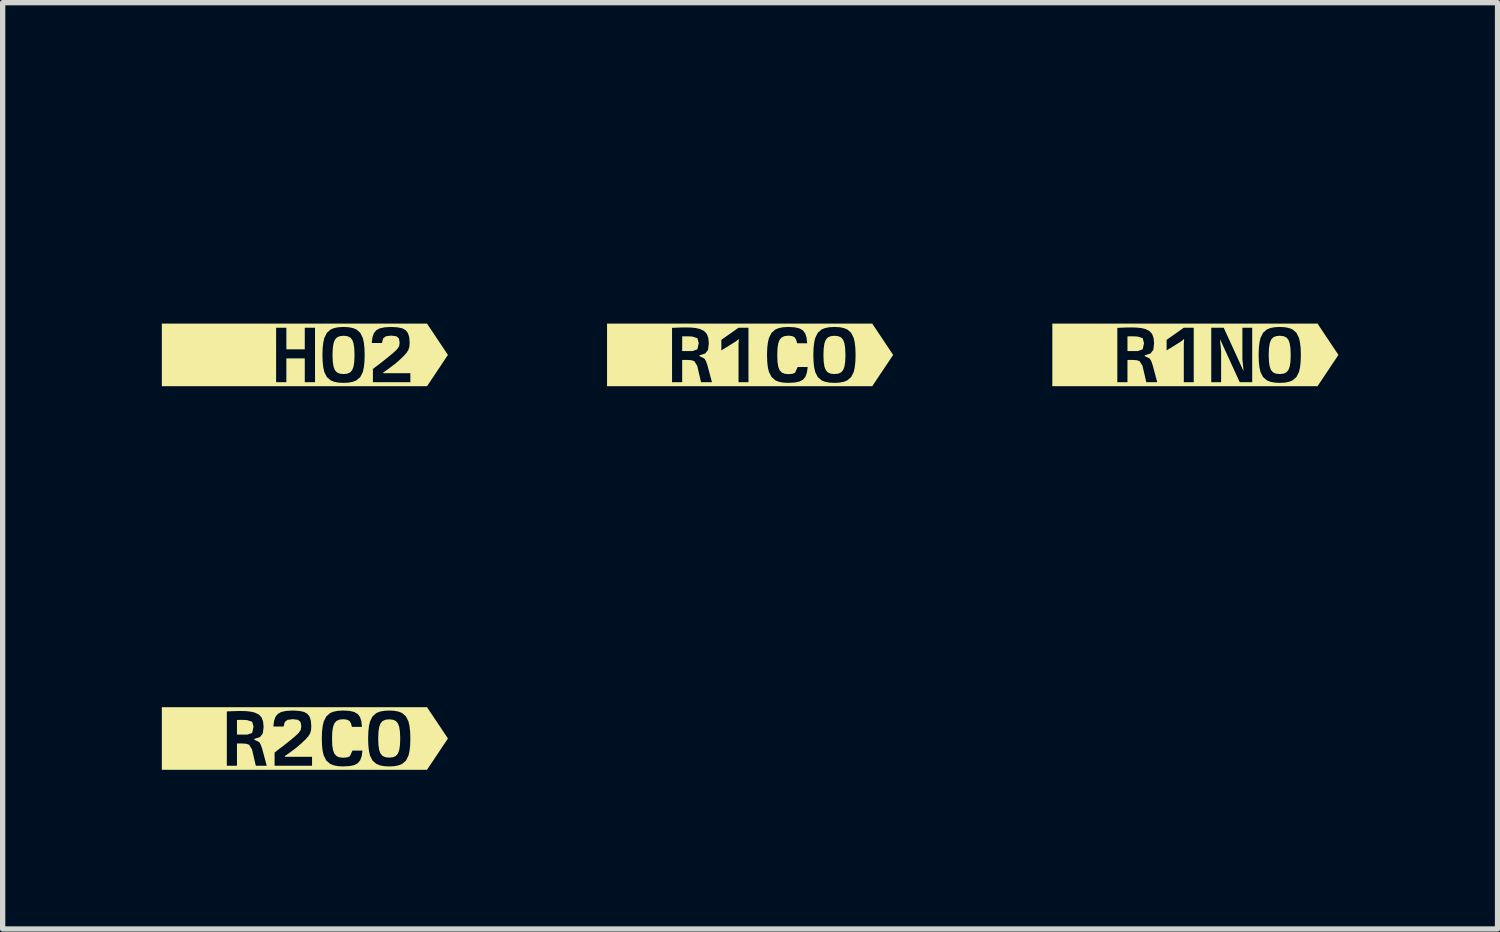
<source format=kicad_pcb>
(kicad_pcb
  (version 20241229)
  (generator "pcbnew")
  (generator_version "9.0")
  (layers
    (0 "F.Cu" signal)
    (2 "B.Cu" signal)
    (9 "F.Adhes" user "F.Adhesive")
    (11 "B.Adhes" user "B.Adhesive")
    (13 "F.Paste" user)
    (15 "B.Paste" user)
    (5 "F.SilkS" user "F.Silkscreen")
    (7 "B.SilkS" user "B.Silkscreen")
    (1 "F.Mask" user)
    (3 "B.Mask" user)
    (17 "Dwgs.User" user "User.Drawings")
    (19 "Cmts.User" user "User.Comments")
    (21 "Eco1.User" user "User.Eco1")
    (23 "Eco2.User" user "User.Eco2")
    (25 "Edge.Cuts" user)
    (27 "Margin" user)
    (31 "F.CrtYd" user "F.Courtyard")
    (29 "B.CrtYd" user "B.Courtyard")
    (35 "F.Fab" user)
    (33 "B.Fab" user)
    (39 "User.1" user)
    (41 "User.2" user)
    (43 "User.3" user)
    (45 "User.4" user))
  (footprint "kibuzzard-65CFDAA7"
    (layer "F.Cu")
    (at 19.479 3.639)
    (property "Reference" "kibuzzard-65CFDAA7" (at 0 -3.638 0) (layer "F.SilkS") (effects (font (size 0.001 0.001) (thickness 0.15))))
    (attr board_only exclude_from_pos_files exclude_from_bom)
    (fp_poly (pts (xy -1.085 -0.073) (xy -0.993 -0.106) (xy -0.968 -0.222) (xy -0.993 -0.315) (xy -1.088 -0.346) (xy -1.161 -0.35) (xy -1.215 -0.351) (xy -1.28 -0.349) (xy -1.28 -0.073) (xy -1.085 -0.073)) (stroke (width 0) (type solid)) (fill yes) (layer "F.SilkS"))
    (fp_poly (pts (xy 1.59 0.361) (xy 1.662 0.353) (xy 1.715 0.329) (xy 1.753 0.285) (xy 1.778 0.22) (xy 1.792 0.128) (xy 1.797 0.004) (xy 1.792 -0.124) (xy 1.778 -0.219) (xy 1.753 -0.285) (xy 1.715 -0.329) (xy 1.662 -0.353) (xy 1.59 -0.361) (xy 1.518 -0.353) (xy 1.464 -0.329) (xy 1.426 -0.285) (xy 1.401 -0.218) (xy 1.387 -0.123) (xy 1.382 0.004) (xy 1.387 0.128) (xy 1.401 0.22) (xy 1.426 0.285) (xy 1.464 0.329) (xy 1.518 0.353) (xy 1.59 0.361)) (stroke (width 0) (type solid)) (fill yes) (layer "F.SilkS"))
    (fp_poly (pts (xy -2.382 -0.59) (xy -2.696 -0.59) (xy -2.696 0.59) (xy -2.382 0.59) (xy -0.719 0.59) (xy -0.719 0.514) (xy -0.925 0.514) (xy -0.996 0.207) (xy -1.051 0.118) (xy -1.103 0.1) (xy -1.183 0.094) (xy -1.28 0.094) (xy -1.28 0.514) (xy -1.471 0.514) (xy -1.471 -0.51) (xy -1.292 -0.517) (xy -1.203 -0.518) (xy -1.101 -0.515) (xy -1.015 -0.505) (xy -0.946 -0.489) (xy -0.868 -0.452) (xy -0.816 -0.396) (xy -0.787 -0.318) (xy -0.778 -0.215) (xy -0.793 -0.094) (xy -0.847 -0.026) (xy -0.954 0.008) (xy -0.954 0.022) (xy -0.86 0.069) (xy -0.831 0.118) (xy -0.805 0.194) (xy -0.719 0.514) (xy -0.719 0.59) (xy -0.031 0.59) (xy -0.031 0.514) (xy -0.218 0.514) (xy -0.218 -0.207) (xy -0.212 -0.301) (xy -0.271 -0.253) (xy -0.542 -0.085) (xy -0.542 -0.284) (xy -0.218 -0.512) (xy -0.031 -0.512) (xy -0.031 0.514) (xy -0.031 0.59) (xy 1.071 0.59) (xy 1.071 0.514) (xy 0.836 0.514) (xy 0.468 -0.29) (xy 0.464 -0.29) (xy 0.485 -0.076) (xy 0.485 0.514) (xy 0.299 0.514) (xy 0.299 -0.512) (xy 0.534 -0.512) (xy 0.902 0.292) (xy 0.907 0.292) (xy 0.886 0.078) (xy 0.886 -0.512) (xy 1.071 -0.512) (xy 1.071 0.514) (xy 1.071 0.59) (xy 1.59 0.59) (xy 1.59 0.527) (xy 1.493 0.522) (xy 1.413 0.506) (xy 1.348 0.48) (xy 1.275 0.417) (xy 1.227 0.322) (xy 1.208 0.237) (xy 1.196 0.131) (xy 1.192 0.004) (xy 1.196 -0.125) (xy 1.208 -0.233) (xy 1.227 -0.319) (xy 1.275 -0.416) (xy 1.348 -0.48) (xy 1.413 -0.506) (xy 1.493 -0.522) (xy 1.59 -0.527) (xy 1.687 -0.522) (xy 1.767 -0.506) (xy 1.832 -0.48) (xy 1.905 -0.416) (xy 1.953 -0.319) (xy 1.972 -0.233) (xy 1.984 -0.125) (xy 1.988 0.004) (xy 1.984 0.131) (xy 1.972 0.237) (xy 1.953 0.322) (xy 1.905 0.417) (xy 1.832 0.48) (xy 1.767 0.506) (xy 1.687 0.522) (xy 1.59 0.527) (xy 1.59 0.59) (xy 1.988 0.59) (xy 2.302 0.59) (xy 2.696 0) (xy 2.302 -0.59) (xy 1.988 -0.59) (xy -2.382 -0.59)) (stroke (width 0) (type solid)) (fill yes) (layer "F.SilkS")))
  (footprint "kibuzzard-65CFDAB5"
    (layer "F.Cu")
    (at 2.696 10.868)
    (property "Reference" "kibuzzard-65CFDAB5" (at 0 -3.638 0) (layer "F.SilkS") (effects (font (size 0.001 0.001) (thickness 0.15))))
    (attr board_only exclude_from_pos_files exclude_from_bom)
    (fp_poly (pts (xy -1.085 -0.073) (xy -0.993 -0.106) (xy -0.968 -0.222) (xy -0.993 -0.315) (xy -1.088 -0.346) (xy -1.161 -0.35) (xy -1.215 -0.351) (xy -1.28 -0.349) (xy -1.28 -0.073) (xy -1.085 -0.073)) (stroke (width 0) (type solid)) (fill yes) (layer "F.SilkS"))
    (fp_poly (pts (xy 1.59 0.361) (xy 1.662 0.353) (xy 1.715 0.329) (xy 1.753 0.285) (xy 1.778 0.22) (xy 1.792 0.128) (xy 1.797 0.004) (xy 1.792 -0.124) (xy 1.778 -0.219) (xy 1.753 -0.285) (xy 1.715 -0.329) (xy 1.662 -0.353) (xy 1.59 -0.361) (xy 1.518 -0.353) (xy 1.464 -0.329) (xy 1.426 -0.285) (xy 1.401 -0.218) (xy 1.387 -0.123) (xy 1.382 0.004) (xy 1.387 0.128) (xy 1.401 0.22) (xy 1.426 0.285) (xy 1.464 0.329) (xy 1.518 0.353) (xy 1.59 0.361)) (stroke (width 0) (type solid)) (fill yes) (layer "F.SilkS"))
    (fp_poly (pts (xy -2.382 -0.59) (xy -2.696 -0.59) (xy -2.696 0.59) (xy -2.382 0.59) (xy -0.719 0.59) (xy -0.719 0.514) (xy -0.925 0.514) (xy -0.996 0.207) (xy -1.051 0.118) (xy -1.103 0.1) (xy -1.183 0.094) (xy -1.28 0.094) (xy -1.28 0.514) (xy -1.471 0.514) (xy -1.471 -0.51) (xy -1.292 -0.517) (xy -1.203 -0.518) (xy -1.101 -0.515) (xy -1.015 -0.505) (xy -0.946 -0.489) (xy -0.868 -0.452) (xy -0.816 -0.396) (xy -0.787 -0.318) (xy -0.778 -0.215) (xy -0.793 -0.094) (xy -0.847 -0.026) (xy -0.954 0.008) (xy -0.954 0.022) (xy -0.86 0.069) (xy -0.831 0.118) (xy -0.805 0.194) (xy -0.719 0.514) (xy -0.719 0.59) (xy 0.135 0.59) (xy 0.135 0.514) (xy -0.571 0.514) (xy -0.571 0.265) (xy -0.477 0.192) (xy -0.395 0.13) (xy -0.327 0.076) (xy -0.272 0.032) (xy -0.185 -0.041) (xy -0.117 -0.105) (xy -0.078 -0.162) (xy -0.067 -0.231) (xy -0.082 -0.312) (xy -0.131 -0.352) (xy -0.229 -0.364) (xy -0.327 -0.351) (xy -0.38 -0.309) (xy -0.401 -0.225) (xy -0.594 -0.225) (xy -0.581 -0.331) (xy -0.554 -0.409) (xy -0.509 -0.464) (xy -0.444 -0.5) (xy -0.352 -0.52) (xy -0.23 -0.527) (xy -0.107 -0.52) (xy -0.017 -0.501) (xy 0.047 -0.465) (xy 0.09 -0.41) (xy 0.113 -0.333) (xy 0.121 -0.228) (xy 0.116 -0.156) (xy 0.099 -0.097) (xy 0.066 -0.043) (xy 0.013 0.017) (xy -0.068 0.094) (xy -0.15 0.164) (xy -0.211 0.212) (xy -0.287 0.268) (xy -0.377 0.331) (xy -0.377 0.345) (xy 0.135 0.345) (xy 0.135 0.514) (xy 0.135 0.59) (xy 0.723 0.59) (xy 0.723 0.527) (xy 0.625 0.522) (xy 0.543 0.506) (xy 0.477 0.48) (xy 0.404 0.416) (xy 0.355 0.32) (xy 0.335 0.236) (xy 0.323 0.129) (xy 0.319 0.002) (xy 0.323 -0.126) (xy 0.335 -0.233) (xy 0.355 -0.319) (xy 0.404 -0.416) (xy 0.477 -0.48) (xy 0.543 -0.506) (xy 0.625 -0.522) (xy 0.723 -0.527) (xy 0.842 -0.52) (xy 0.931 -0.499) (xy 0.995 -0.462) (xy 1.038 -0.406) (xy 1.064 -0.326) (xy 1.076 -0.219) (xy 0.887 -0.219) (xy 0.867 -0.289) (xy 0.838 -0.333) (xy 0.792 -0.355) (xy 0.723 -0.363) (xy 0.649 -0.355) (xy 0.595 -0.33) (xy 0.556 -0.286) (xy 0.531 -0.219) (xy 0.516 -0.125) (xy 0.512 0.002) (xy 0.516 0.128) (xy 0.531 0.221) (xy 0.556 0.287) (xy 0.595 0.33) (xy 0.649 0.355) (xy 0.723 0.363) (xy 0.799 0.356) (xy 0.848 0.335) (xy 0.896 0.228) (xy 1.085 0.228) (xy 1.071 0.333) (xy 1.043 0.41) (xy 0.998 0.465) (xy 0.933 0.501) (xy 0.843 0.52) (xy 0.723 0.527) (xy 0.723 0.59) (xy 1.59 0.59) (xy 1.59 0.527) (xy 1.493 0.522) (xy 1.413 0.506) (xy 1.348 0.48) (xy 1.275 0.417) (xy 1.227 0.322) (xy 1.208 0.237) (xy 1.196 0.131) (xy 1.192 0.004) (xy 1.196 -0.125) (xy 1.208 -0.233) (xy 1.227 -0.319) (xy 1.275 -0.416) (xy 1.348 -0.48) (xy 1.413 -0.506) (xy 1.493 -0.522) (xy 1.59 -0.527) (xy 1.687 -0.522) (xy 1.767 -0.506) (xy 1.832 -0.48) (xy 1.905 -0.416) (xy 1.953 -0.319) (xy 1.972 -0.233) (xy 1.984 -0.125) (xy 1.988 0.004) (xy 1.984 0.131) (xy 1.972 0.237) (xy 1.953 0.322) (xy 1.905 0.417) (xy 1.832 0.48) (xy 1.767 0.506) (xy 1.687 0.522) (xy 1.59 0.527) (xy 1.59 0.59) (xy 1.988 0.59) (xy 2.302 0.59) (xy 2.696 0) (xy 2.302 -0.59) (xy 1.988 -0.59) (xy -2.382 -0.59)) (stroke (width 0) (type solid)) (fill yes) (layer "F.SilkS")))
  (footprint "kibuzzard-65CFDAA0"
    (layer "F.Cu")
    (at 11.087 3.639)
    (property "Reference" "kibuzzard-65CFDAA0" (at 0 -3.638 0) (layer "F.SilkS") (effects (font (size 0.001 0.001) (thickness 0.15))))
    (attr board_only exclude_from_pos_files exclude_from_bom)
    (fp_poly (pts (xy -1.085 -0.073) (xy -0.993 -0.106) (xy -0.968 -0.222) (xy -0.993 -0.315) (xy -1.088 -0.346) (xy -1.161 -0.35) (xy -1.215 -0.351) (xy -1.28 -0.349) (xy -1.28 -0.073) (xy -1.085 -0.073)) (stroke (width 0) (type solid)) (fill yes) (layer "F.SilkS"))
    (fp_poly (pts (xy 1.59 0.361) (xy 1.662 0.353) (xy 1.715 0.329) (xy 1.753 0.285) (xy 1.778 0.22) (xy 1.792 0.128) (xy 1.797 0.004) (xy 1.792 -0.124) (xy 1.778 -0.219) (xy 1.753 -0.285) (xy 1.715 -0.329) (xy 1.662 -0.353) (xy 1.59 -0.361) (xy 1.518 -0.353) (xy 1.464 -0.329) (xy 1.426 -0.285) (xy 1.401 -0.218) (xy 1.387 -0.123) (xy 1.382 0.004) (xy 1.387 0.128) (xy 1.401 0.22) (xy 1.426 0.285) (xy 1.464 0.329) (xy 1.518 0.353) (xy 1.59 0.361)) (stroke (width 0) (type solid)) (fill yes) (layer "F.SilkS"))
    (fp_poly (pts (xy -2.382 -0.59) (xy -2.696 -0.59) (xy -2.696 0.59) (xy -2.382 0.59) (xy -0.719 0.59) (xy -0.719 0.514) (xy -0.925 0.514) (xy -0.996 0.207) (xy -1.051 0.118) (xy -1.103 0.1) (xy -1.183 0.094) (xy -1.28 0.094) (xy -1.28 0.514) (xy -1.471 0.514) (xy -1.471 -0.51) (xy -1.292 -0.517) (xy -1.203 -0.518) (xy -1.101 -0.515) (xy -1.015 -0.505) (xy -0.946 -0.489) (xy -0.868 -0.452) (xy -0.816 -0.396) (xy -0.787 -0.318) (xy -0.778 -0.215) (xy -0.793 -0.094) (xy -0.847 -0.026) (xy -0.954 0.008) (xy -0.954 0.022) (xy -0.86 0.069) (xy -0.831 0.118) (xy -0.805 0.194) (xy -0.719 0.514) (xy -0.719 0.59) (xy -0.031 0.59) (xy -0.031 0.514) (xy -0.218 0.514) (xy -0.218 -0.207) (xy -0.212 -0.301) (xy -0.271 -0.253) (xy -0.542 -0.085) (xy -0.542 -0.284) (xy -0.218 -0.512) (xy -0.031 -0.512) (xy -0.031 0.514) (xy -0.031 0.59) (xy 0.723 0.59) (xy 0.723 0.527) (xy 0.625 0.522) (xy 0.543 0.506) (xy 0.477 0.48) (xy 0.404 0.416) (xy 0.355 0.32) (xy 0.335 0.236) (xy 0.323 0.129) (xy 0.319 0.002) (xy 0.323 -0.126) (xy 0.335 -0.233) (xy 0.355 -0.319) (xy 0.404 -0.416) (xy 0.477 -0.48) (xy 0.543 -0.506) (xy 0.625 -0.522) (xy 0.723 -0.527) (xy 0.842 -0.52) (xy 0.931 -0.499) (xy 0.995 -0.462) (xy 1.038 -0.406) (xy 1.064 -0.326) (xy 1.076 -0.219) (xy 0.887 -0.219) (xy 0.867 -0.289) (xy 0.838 -0.333) (xy 0.792 -0.355) (xy 0.723 -0.363) (xy 0.649 -0.355) (xy 0.595 -0.33) (xy 0.556 -0.286) (xy 0.531 -0.219) (xy 0.516 -0.125) (xy 0.512 0.002) (xy 0.516 0.128) (xy 0.531 0.221) (xy 0.556 0.287) (xy 0.595 0.33) (xy 0.649 0.355) (xy 0.723 0.363) (xy 0.799 0.356) (xy 0.848 0.335) (xy 0.896 0.228) (xy 1.085 0.228) (xy 1.071 0.333) (xy 1.043 0.41) (xy 0.998 0.465) (xy 0.933 0.501) (xy 0.843 0.52) (xy 0.723 0.527) (xy 0.723 0.59) (xy 1.59 0.59) (xy 1.59 0.527) (xy 1.493 0.522) (xy 1.413 0.506) (xy 1.348 0.48) (xy 1.275 0.417) (xy 1.227 0.322) (xy 1.208 0.237) (xy 1.196 0.131) (xy 1.192 0.004) (xy 1.196 -0.125) (xy 1.208 -0.233) (xy 1.227 -0.319) (xy 1.275 -0.416) (xy 1.348 -0.48) (xy 1.413 -0.506) (xy 1.493 -0.522) (xy 1.59 -0.527) (xy 1.687 -0.522) (xy 1.767 -0.506) (xy 1.832 -0.48) (xy 1.905 -0.416) (xy 1.953 -0.319) (xy 1.972 -0.233) (xy 1.984 -0.125) (xy 1.988 0.004) (xy 1.984 0.131) (xy 1.972 0.237) (xy 1.953 0.322) (xy 1.905 0.417) (xy 1.832 0.48) (xy 1.767 0.506) (xy 1.687 0.522) (xy 1.59 0.527) (xy 1.59 0.59) (xy 1.988 0.59) (xy 2.302 0.59) (xy 2.696 0) (xy 2.302 -0.59) (xy 1.988 -0.59) (xy -2.382 -0.59)) (stroke (width 0) (type solid)) (fill yes) (layer "F.SilkS")))
  (footprint "kibuzzard-65CFDA91"
    (layer "F.Cu")
    (at 2.696 3.639)
    (property "Reference" "kibuzzard-65CFDA91" (at 0 -3.638 0) (layer "F.SilkS") (effects (font (size 0.001 0.001) (thickness 0.15))))
    (attr board_only exclude_from_pos_files exclude_from_bom)
    (fp_poly (pts (xy 0.729 0.361) (xy 0.801 0.353) (xy 0.854 0.329) (xy 0.892 0.285) (xy 0.917 0.22) (xy 0.931 0.128) (xy 0.936 0.004) (xy 0.931 -0.124) (xy 0.917 -0.219) (xy 0.892 -0.285) (xy 0.854 -0.329) (xy 0.801 -0.353) (xy 0.729 -0.361) (xy 0.657 -0.353) (xy 0.603 -0.329) (xy 0.565 -0.285) (xy 0.54 -0.218) (xy 0.526 -0.123) (xy 0.521 0.004) (xy 0.526 0.128) (xy 0.54 0.22) (xy 0.565 0.285) (xy 0.603 0.329) (xy 0.657 0.353) (xy 0.729 0.361)) (stroke (width 0) (type solid)) (fill yes) (layer "F.SilkS"))
    (fp_poly (pts (xy -2.382 -0.59) (xy -2.696 -0.59) (xy -2.696 0.59) (xy -2.382 0.59) (xy 0.191 0.59) (xy 0.191 0.514) (xy -0.002 0.514) (xy -0.002 0.066) (xy -0.349 0.066) (xy -0.349 0.514) (xy -0.542 0.514) (xy -0.542 -0.512) (xy -0.349 -0.512) (xy -0.349 -0.105) (xy -0.002 -0.105) (xy -0.002 -0.512) (xy 0.191 -0.512) (xy 0.191 0.514) (xy 0.191 0.59) (xy 0.729 0.59) (xy 0.729 0.527) (xy 0.632 0.522) (xy 0.552 0.506) (xy 0.487 0.48) (xy 0.414 0.417) (xy 0.366 0.322) (xy 0.347 0.237) (xy 0.335 0.131) (xy 0.331 0.004) (xy 0.335 -0.125) (xy 0.347 -0.233) (xy 0.366 -0.319) (xy 0.414 -0.416) (xy 0.487 -0.48) (xy 0.552 -0.506) (xy 0.632 -0.522) (xy 0.729 -0.527) (xy 0.826 -0.522) (xy 0.906 -0.506) (xy 0.971 -0.48) (xy 1.044 -0.416) (xy 1.092 -0.319) (xy 1.111 -0.233) (xy 1.123 -0.125) (xy 1.127 0.004) (xy 1.123 0.131) (xy 1.111 0.237) (xy 1.092 0.322) (xy 1.044 0.417) (xy 0.971 0.48) (xy 0.906 0.506) (xy 0.826 0.522) (xy 0.729 0.527) (xy 0.729 0.59) (xy 1.988 0.59) (xy 1.988 0.514) (xy 1.282 0.514) (xy 1.282 0.265) (xy 1.377 0.192) (xy 1.458 0.13) (xy 1.526 0.076) (xy 1.581 0.032) (xy 1.668 -0.041) (xy 1.736 -0.105) (xy 1.776 -0.162) (xy 1.786 -0.231) (xy 1.772 -0.312) (xy 1.723 -0.352) (xy 1.625 -0.364) (xy 1.526 -0.351) (xy 1.474 -0.309) (xy 1.453 -0.225) (xy 1.26 -0.225) (xy 1.273 -0.331) (xy 1.3 -0.409) (xy 1.344 -0.464) (xy 1.41 -0.5) (xy 1.501 -0.52) (xy 1.623 -0.527) (xy 1.746 -0.52) (xy 1.837 -0.501) (xy 1.901 -0.465) (xy 1.943 -0.41) (xy 1.967 -0.333) (xy 1.975 -0.228) (xy 1.969 -0.156) (xy 1.952 -0.097) (xy 1.919 -0.043) (xy 1.866 0.017) (xy 1.786 0.094) (xy 1.704 0.164) (xy 1.642 0.212) (xy 1.567 0.268) (xy 1.477 0.331) (xy 1.477 0.345) (xy 1.988 0.345) (xy 1.988 0.514) (xy 1.988 0.59) (xy 2.302 0.59) (xy 2.696 0) (xy 2.302 -0.59) (xy 1.988 -0.59) (xy -2.382 -0.59)) (stroke (width 0) (type solid)) (fill yes) (layer "F.SilkS")))
  (gr_rect
    (start -3 -3)
    (end 25.174 14.458)
    (stroke (width 0.1) (type default))
    (fill no)
    (layer "Edge.Cuts")))
</source>
